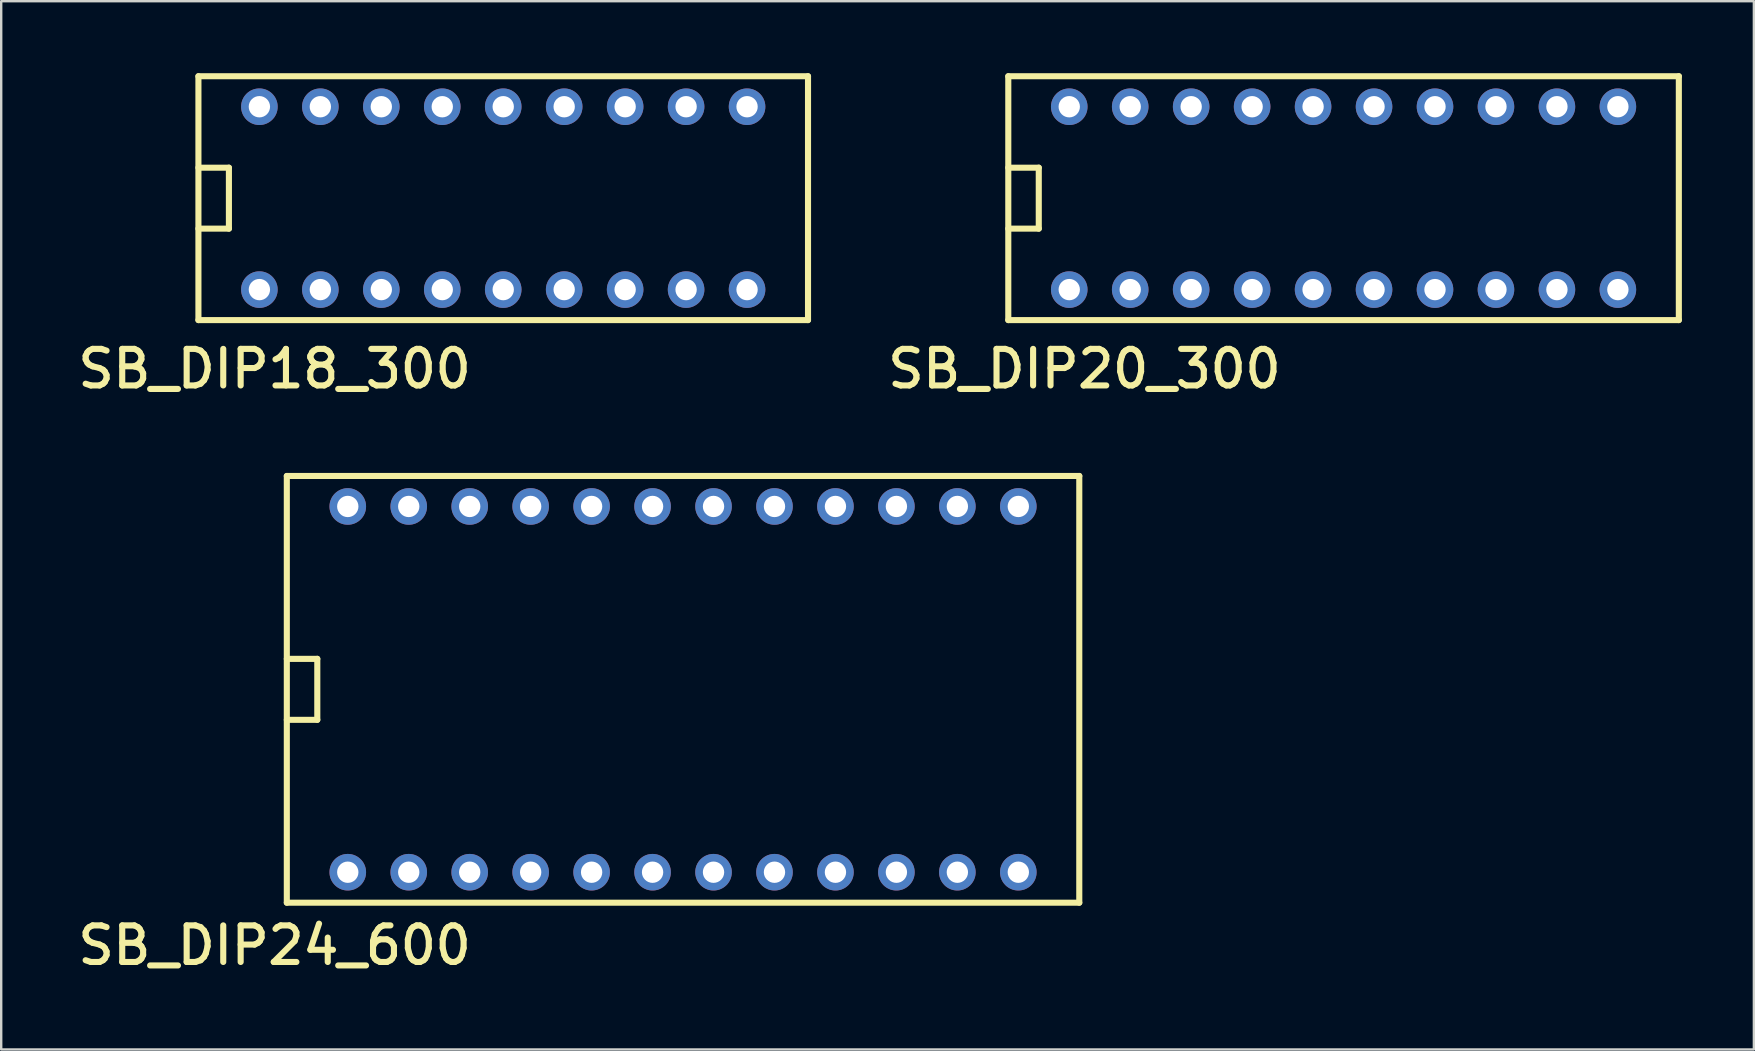
<source format=kicad_pcb>
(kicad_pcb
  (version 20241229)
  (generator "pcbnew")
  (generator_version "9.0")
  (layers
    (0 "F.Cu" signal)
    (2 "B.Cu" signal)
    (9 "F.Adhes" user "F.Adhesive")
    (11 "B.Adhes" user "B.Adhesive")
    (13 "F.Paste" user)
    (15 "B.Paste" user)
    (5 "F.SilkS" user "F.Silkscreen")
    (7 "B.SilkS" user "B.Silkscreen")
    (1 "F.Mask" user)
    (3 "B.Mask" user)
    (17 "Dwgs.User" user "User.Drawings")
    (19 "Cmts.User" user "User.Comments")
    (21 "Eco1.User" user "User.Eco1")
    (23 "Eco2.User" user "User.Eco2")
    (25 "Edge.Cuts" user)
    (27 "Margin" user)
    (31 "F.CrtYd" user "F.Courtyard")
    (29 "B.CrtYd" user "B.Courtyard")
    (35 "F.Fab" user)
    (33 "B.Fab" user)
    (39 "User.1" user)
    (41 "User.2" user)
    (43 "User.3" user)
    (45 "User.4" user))
  (footprint "SB_DIP24_600"
    (layer "F.Cu")
    (at 11.441 33.293)
    (property "Reference" "SB_DIP24_600" (at -3.048 3.048 0) (layer "F.SilkS") (effects (font (size 1.524 1.524) (thickness 0.254))))
    (attr through_hole)
    (fp_line (start -2.54 -16.51) (end -2.54 1.27) (stroke (width 0.254) (type solid)) (layer "F.SilkS"))
    (fp_line (start -2.54 -6.35) (end -1.27 -6.35) (stroke (width 0.254) (type solid)) (layer "F.SilkS"))
    (fp_line (start -2.54 1.27) (end 30.48 1.27) (stroke (width 0.254) (type solid)) (layer "F.SilkS"))
    (fp_line (start -1.27 -8.89) (end -2.54 -8.89) (stroke (width 0.254) (type solid)) (layer "F.SilkS"))
    (fp_line (start -1.27 -6.35) (end -1.27 -8.89) (stroke (width 0.254) (type solid)) (layer "F.SilkS"))
    (fp_line (start 30.48 -16.51) (end -2.54 -16.51) (stroke (width 0.254) (type solid)) (layer "F.SilkS"))
    (fp_line (start 30.48 1.27) (end 30.48 -16.51) (stroke (width 0.254) (type solid)) (layer "F.SilkS"))
    (pad "1" thru_hole circle (at 0 0) (size 1.524 1.524) (drill 0.889) (layers "*.Cu" "*.Mask"))
    (pad "2" thru_hole circle (at 2.54 0) (size 1.524 1.524) (drill 0.889) (layers "*.Cu" "*.Mask"))
    (pad "3" thru_hole circle (at 5.08 0) (size 1.524 1.524) (drill 0.889) (layers "*.Cu" "*.Mask"))
    (pad "4" thru_hole circle (at 7.62 0) (size 1.524 1.524) (drill 0.889) (layers "*.Cu" "*.Mask"))
    (pad "5" thru_hole circle (at 10.16 0) (size 1.524 1.524) (drill 0.889) (layers "*.Cu" "*.Mask"))
    (pad "6" thru_hole circle (at 12.7 0) (size 1.524 1.524) (drill 0.889) (layers "*.Cu" "*.Mask"))
    (pad "7" thru_hole circle (at 15.24 0) (size 1.524 1.524) (drill 0.889) (layers "*.Cu" "*.Mask"))
    (pad "8" thru_hole circle (at 17.78 0) (size 1.524 1.524) (drill 0.889) (layers "*.Cu" "*.Mask"))
    (pad "9" thru_hole circle (at 20.32 0) (size 1.524 1.524) (drill 0.889) (layers "*.Cu" "*.Mask"))
    (pad "10" thru_hole circle (at 22.86 0) (size 1.524 1.524) (drill 0.889) (layers "*.Cu" "*.Mask"))
    (pad "11" thru_hole circle (at 25.4 0) (size 1.524 1.524) (drill 0.889) (layers "*.Cu" "*.Mask"))
    (pad "12" thru_hole circle (at 27.94 0) (size 1.524 1.524) (drill 0.889) (layers "*.Cu" "*.Mask"))
    (pad "13" thru_hole circle (at 27.94 -15.24) (size 1.524 1.524) (drill 0.889) (layers "*.Cu" "*.Mask"))
    (pad "14" thru_hole circle (at 25.4 -15.24) (size 1.524 1.524) (drill 0.889) (layers "*.Cu" "*.Mask"))
    (pad "15" thru_hole circle (at 22.86 -15.24) (size 1.524 1.524) (drill 0.889) (layers "*.Cu" "*.Mask"))
    (pad "16" thru_hole circle (at 20.32 -15.24) (size 1.524 1.524) (drill 0.889) (layers "*.Cu" "*.Mask"))
    (pad "17" thru_hole circle (at 17.78 -15.24) (size 1.524 1.524) (drill 0.889) (layers "*.Cu" "*.Mask"))
    (pad "18" thru_hole circle (at 15.24 -15.24) (size 1.524 1.524) (drill 0.889) (layers "*.Cu" "*.Mask"))
    (pad "19" thru_hole circle (at 12.7 -15.24) (size 1.524 1.524) (drill 0.889) (layers "*.Cu" "*.Mask"))
    (pad "20" thru_hole circle (at 10.16 -15.24) (size 1.524 1.524) (drill 0.889) (layers "*.Cu" "*.Mask"))
    (pad "21" thru_hole circle (at 7.62 -15.24) (size 1.524 1.524) (drill 0.889) (layers "*.Cu" "*.Mask"))
    (pad "22" thru_hole circle (at 5.08 -15.24) (size 1.524 1.524) (drill 0.889) (layers "*.Cu" "*.Mask"))
    (pad "23" thru_hole circle (at 2.54 -15.24) (size 1.524 1.524) (drill 0.889) (layers "*.Cu" "*.Mask"))
    (pad "24" thru_hole circle (at 0 -15.24) (size 1.524 1.524) (drill 0.889) (layers "*.Cu" "*.Mask")))
  (footprint "SB_DIP18_300"
    (layer "F.Cu")
    (at 7.758 9.017)
    (property "Reference" "SB_DIP18_300" (at 0.635 3.302 0) (layer "F.SilkS") (effects (font (size 1.524 1.524) (thickness 0.254))))
    (attr through_hole)
    (fp_line (start -2.54 -8.89) (end -2.54 1.27) (stroke (width 0.254) (type solid)) (layer "F.SilkS"))
    (fp_line (start -2.54 -2.54) (end -1.27 -2.54) (stroke (width 0.254) (type solid)) (layer "F.SilkS"))
    (fp_line (start -2.54 1.27) (end 22.86 1.27) (stroke (width 0.254) (type solid)) (layer "F.SilkS"))
    (fp_line (start -1.27 -5.08) (end -2.54 -5.08) (stroke (width 0.254) (type solid)) (layer "F.SilkS"))
    (fp_line (start -1.27 -2.54) (end -1.27 -5.08) (stroke (width 0.254) (type solid)) (layer "F.SilkS"))
    (fp_line (start 22.86 -8.89) (end -2.54 -8.89) (stroke (width 0.254) (type solid)) (layer "F.SilkS"))
    (fp_line (start 22.86 1.27) (end 22.86 -8.89) (stroke (width 0.254) (type solid)) (layer "F.SilkS"))
    (pad "1" thru_hole circle (at 0 0) (size 1.524 1.524) (drill 0.889) (layers "*.Cu" "*.Mask"))
    (pad "2" thru_hole circle (at 2.54 0) (size 1.524 1.524) (drill 0.889) (layers "*.Cu" "*.Mask"))
    (pad "3" thru_hole circle (at 5.08 0) (size 1.524 1.524) (drill 0.889) (layers "*.Cu" "*.Mask"))
    (pad "4" thru_hole circle (at 7.62 0) (size 1.524 1.524) (drill 0.889) (layers "*.Cu" "*.Mask"))
    (pad "5" thru_hole circle (at 10.16 0) (size 1.524 1.524) (drill 0.889) (layers "*.Cu" "*.Mask"))
    (pad "6" thru_hole circle (at 12.7 0) (size 1.524 1.524) (drill 0.889) (layers "*.Cu" "*.Mask"))
    (pad "7" thru_hole circle (at 15.24 0) (size 1.524 1.524) (drill 0.889) (layers "*.Cu" "*.Mask"))
    (pad "8" thru_hole circle (at 17.78 0) (size 1.524 1.524) (drill 0.889) (layers "*.Cu" "*.Mask"))
    (pad "9" thru_hole circle (at 20.32 0) (size 1.524 1.524) (drill 0.889) (layers "*.Cu" "*.Mask"))
    (pad "10" thru_hole circle (at 20.32 -7.62) (size 1.524 1.524) (drill 0.889) (layers "*.Cu" "*.Mask"))
    (pad "11" thru_hole circle (at 17.78 -7.62) (size 1.524 1.524) (drill 0.889) (layers "*.Cu" "*.Mask"))
    (pad "12" thru_hole circle (at 15.24 -7.62) (size 1.524 1.524) (drill 0.889) (layers "*.Cu" "*.Mask"))
    (pad "13" thru_hole circle (at 12.7 -7.62) (size 1.524 1.524) (drill 0.889) (layers "*.Cu" "*.Mask"))
    (pad "14" thru_hole circle (at 10.16 -7.62) (size 1.524 1.524) (drill 0.889) (layers "*.Cu" "*.Mask"))
    (pad "15" thru_hole circle (at 7.62 -7.62) (size 1.524 1.524) (drill 0.889) (layers "*.Cu" "*.Mask"))
    (pad "16" thru_hole circle (at 5.08 -7.62) (size 1.524 1.524) (drill 0.889) (layers "*.Cu" "*.Mask"))
    (pad "17" thru_hole circle (at 2.54 -7.62) (size 1.524 1.524) (drill 0.889) (layers "*.Cu" "*.Mask"))
    (pad "18" thru_hole circle (at 0 -7.62) (size 1.524 1.524) (drill 0.889) (layers "*.Cu" "*.Mask")))
  (footprint "SB_DIP20_300"
    (layer "F.Cu")
    (at 41.503 9.017)
    (property "Reference" "SB_DIP20_300" (at 0.635 3.302 0) (layer "F.SilkS") (effects (font (size 1.524 1.524) (thickness 0.254))))
    (attr through_hole)
    (fp_line (start -2.54 -8.89) (end -2.54 1.27) (stroke (width 0.254) (type solid)) (layer "F.SilkS"))
    (fp_line (start -2.54 -2.54) (end -1.27 -2.54) (stroke (width 0.254) (type solid)) (layer "F.SilkS"))
    (fp_line (start -2.54 1.27) (end 25.4 1.27) (stroke (width 0.254) (type solid)) (layer "F.SilkS"))
    (fp_line (start -1.27 -5.08) (end -2.54 -5.08) (stroke (width 0.254) (type solid)) (layer "F.SilkS"))
    (fp_line (start -1.27 -2.54) (end -1.27 -5.08) (stroke (width 0.254) (type solid)) (layer "F.SilkS"))
    (fp_line (start 25.4 -8.89) (end -2.54 -8.89) (stroke (width 0.254) (type solid)) (layer "F.SilkS"))
    (fp_line (start 25.4 1.27) (end 25.4 -8.89) (stroke (width 0.254) (type solid)) (layer "F.SilkS"))
    (pad "1" thru_hole circle (at 0 0) (size 1.524 1.524) (drill 0.889) (layers "*.Cu" "*.Mask"))
    (pad "2" thru_hole circle (at 2.54 0) (size 1.524 1.524) (drill 0.889) (layers "*.Cu" "*.Mask"))
    (pad "3" thru_hole circle (at 5.08 0) (size 1.524 1.524) (drill 0.889) (layers "*.Cu" "*.Mask"))
    (pad "4" thru_hole circle (at 7.62 0) (size 1.524 1.524) (drill 0.889) (layers "*.Cu" "*.Mask"))
    (pad "5" thru_hole circle (at 10.16 0) (size 1.524 1.524) (drill 0.889) (layers "*.Cu" "*.Mask"))
    (pad "6" thru_hole circle (at 12.7 0) (size 1.524 1.524) (drill 0.889) (layers "*.Cu" "*.Mask"))
    (pad "7" thru_hole circle (at 15.24 0) (size 1.524 1.524) (drill 0.889) (layers "*.Cu" "*.Mask"))
    (pad "8" thru_hole circle (at 17.78 0) (size 1.524 1.524) (drill 0.889) (layers "*.Cu" "*.Mask"))
    (pad "9" thru_hole circle (at 20.32 0) (size 1.524 1.524) (drill 0.889) (layers "*.Cu" "*.Mask"))
    (pad "10" thru_hole circle (at 22.86 0) (size 1.524 1.524) (drill 0.889) (layers "*.Cu" "*.Mask"))
    (pad "11" thru_hole circle (at 22.86 -7.62) (size 1.524 1.524) (drill 0.889) (layers "*.Cu" "*.Mask"))
    (pad "12" thru_hole circle (at 20.32 -7.62) (size 1.524 1.524) (drill 0.889) (layers "*.Cu" "*.Mask"))
    (pad "13" thru_hole circle (at 17.78 -7.62) (size 1.524 1.524) (drill 0.889) (layers "*.Cu" "*.Mask"))
    (pad "14" thru_hole circle (at 15.24 -7.62) (size 1.524 1.524) (drill 0.889) (layers "*.Cu" "*.Mask"))
    (pad "15" thru_hole circle (at 12.7 -7.62) (size 1.524 1.524) (drill 0.889) (layers "*.Cu" "*.Mask"))
    (pad "16" thru_hole circle (at 10.16 -7.62) (size 1.524 1.524) (drill 0.889) (layers "*.Cu" "*.Mask"))
    (pad "17" thru_hole circle (at 7.62 -7.62) (size 1.524 1.524) (drill 0.889) (layers "*.Cu" "*.Mask"))
    (pad "18" thru_hole circle (at 5.08 -7.62) (size 1.524 1.524) (drill 0.889) (layers "*.Cu" "*.Mask"))
    (pad "19" thru_hole circle (at 2.54 -7.62) (size 1.524 1.524) (drill 0.889) (layers "*.Cu" "*.Mask"))
    (pad "20" thru_hole circle (at 0 -7.62) (size 1.524 1.524) (drill 0.889) (layers "*.Cu" "*.Mask")))
  (gr_rect
    (start -3 -3)
    (end 70.03 40.679)
    (stroke (width 0.1) (type default))
    (fill no)
    (layer "Edge.Cuts")))
</source>
